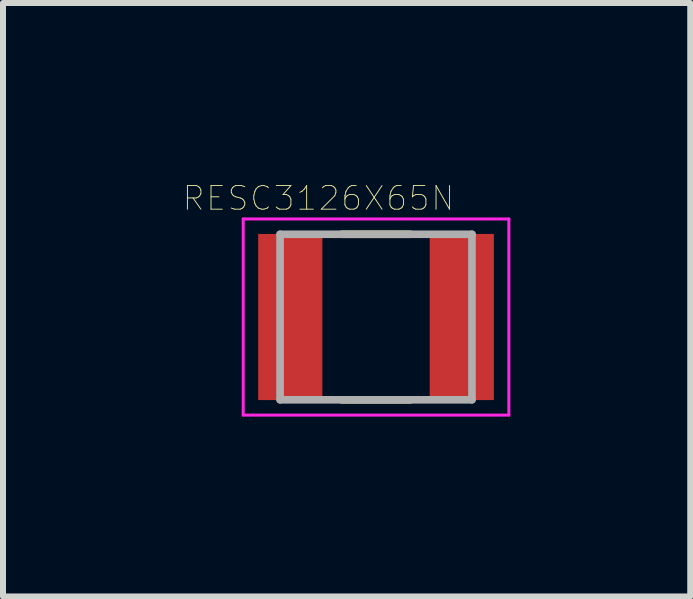
<source format=kicad_pcb>
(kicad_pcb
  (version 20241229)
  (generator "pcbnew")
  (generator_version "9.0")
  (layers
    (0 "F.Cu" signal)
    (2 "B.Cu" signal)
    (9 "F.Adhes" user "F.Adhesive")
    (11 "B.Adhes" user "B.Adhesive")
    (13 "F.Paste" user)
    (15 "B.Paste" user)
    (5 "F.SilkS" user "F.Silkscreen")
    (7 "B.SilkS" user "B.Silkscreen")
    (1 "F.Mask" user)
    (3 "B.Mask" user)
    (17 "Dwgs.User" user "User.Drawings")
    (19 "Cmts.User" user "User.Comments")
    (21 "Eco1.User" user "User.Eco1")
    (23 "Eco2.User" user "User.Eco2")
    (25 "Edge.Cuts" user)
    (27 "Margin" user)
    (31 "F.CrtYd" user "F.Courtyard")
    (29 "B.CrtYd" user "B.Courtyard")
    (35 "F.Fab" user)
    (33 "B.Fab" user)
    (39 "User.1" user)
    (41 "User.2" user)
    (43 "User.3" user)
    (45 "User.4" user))
  (footprint "RESC3126X65N"
    (layer "F.Cu")
    (at 3.221 2.237)
    (property "Reference" "RESC3126X65N" (at -0.96 -1.98 0) (layer "F.SilkS") (effects (font (size 0.394 0.394) (thickness 0.015))))
    (attr through_hole)
    (fp_line (start -0.57 -1.38) (end 0.57 -1.38) (stroke (width 0.127) (type solid)) (layer "F.SilkS"))
    (fp_line (start -0.57 1.38) (end 0.57 1.38) (stroke (width 0.127) (type solid)) (layer "F.SilkS"))
    (fp_line (start -2.215 -1.635) (end 2.215 -1.635) (stroke (width 0.05) (type solid)) (layer "F.CrtYd"))
    (fp_line (start -2.215 1.635) (end -2.215 -1.635) (stroke (width 0.05) (type solid)) (layer "F.CrtYd"))
    (fp_line (start -2.215 1.635) (end 2.215 1.635) (stroke (width 0.05) (type solid)) (layer "F.CrtYd"))
    (fp_line (start 2.215 1.635) (end 2.215 -1.635) (stroke (width 0.05) (type solid)) (layer "F.CrtYd"))
    (fp_line (start -1.6 1.38) (end -1.6 -1.38) (stroke (width 0.127) (type solid)) (layer "F.Fab"))
    (fp_line (start 1.6 -1.38) (end -1.6 -1.38) (stroke (width 0.127) (type solid)) (layer "F.Fab"))
    (fp_line (start 1.6 1.38) (end -1.6 1.38) (stroke (width 0.127) (type solid)) (layer "F.Fab"))
    (fp_line (start 1.6 1.38) (end 1.6 -1.38) (stroke (width 0.127) (type solid)) (layer "F.Fab"))
    (pad "1" smd rect (at -1.43 0) (size 1.07 2.77) (layers "F.Cu" "F.Mask" "F.Paste"))
    (pad "2" smd rect (at 1.43 0) (size 1.07 2.77) (layers "F.Cu" "F.Mask" "F.Paste")))
  (gr_rect
    (start -3 -3)
    (end 8.461 6.897)
    (stroke (width 0.1) (type default))
    (fill no)
    (layer "Edge.Cuts")))
</source>
